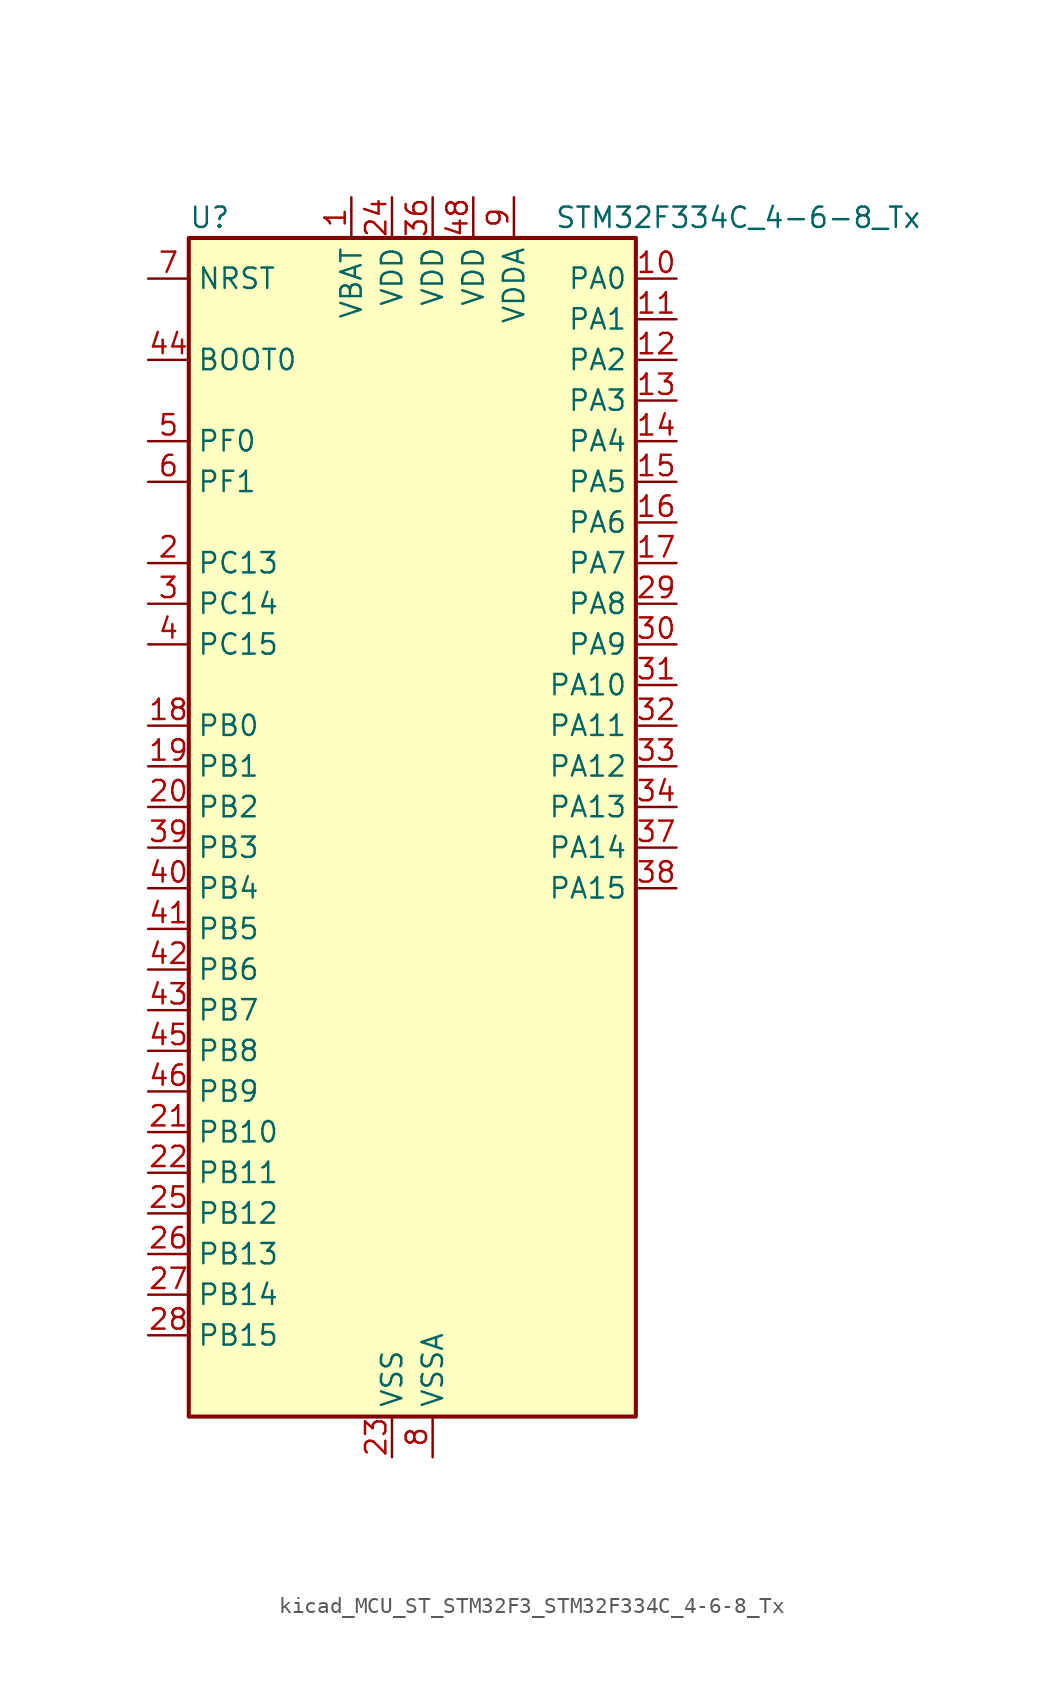
<source format=kicad_sym>
(kicad_symbol_lib
  (version 20220914)
  (generator kicad_symbol_editor)
  (symbol "kicad_MCU_ST_STM32F3_STM32F334C_4-6-8_Tx"
    (property "Reference" "U"
      (at -12.7 39.37 0)
      (effects (font (size 1.27 1.27)) (justify left)))
    (property "Value" "STM32F334C_4-6-8_Tx"
      (at 10.16 39.37 0)
      (effects (font (size 1.27 1.27)) (justify left)))
    (property "ki_locked" ""
      (at 0 0 0)
      (effects (font (size 1.27 1.27))))
    (symbol "kicad_MCU_ST_STM32F3_STM32F334C_4-6-8_Tx_0_1"
      (rectangle (start -12.7 -35.56) (end 15.24 38.1) (stroke (width 0.254) (type default)) (fill (type background))))
    (symbol "kicad_MCU_ST_STM32F3_STM32F334C_4-6-8_Tx_1_1"
      (pin power_in line (at -2.54 40.64 270) (length 2.54) (name "VBAT" (effects (font (size 1.27 1.27)))) (number "1" (effects (font (size 1.27 1.27)))))
      (pin bidirectional line (at 17.78 35.56 180) (length 2.54) (name "PA0" (effects (font (size 1.27 1.27)))) (number "10" (effects (font (size 1.27 1.27)))) (alternate "ADC1_IN1" bidirectional line) (alternate "RTC_TAMP2" bidirectional line) (alternate "SYS_WKUP1" bidirectional line) (alternate "TIM2_CH1" bidirectional line) (alternate "TIM2_ETR" bidirectional line) (alternate "TSC_G1_IO1" bidirectional line) (alternate "USART2_CTS" bidirectional line))
      (pin bidirectional line (at 17.78 33.02 180) (length 2.54) (name "PA1" (effects (font (size 1.27 1.27)))) (number "11" (effects (font (size 1.27 1.27)))) (alternate "ADC1_IN2" bidirectional line) (alternate "RTC_REFIN" bidirectional line) (alternate "TIM15_CH1N" bidirectional line) (alternate "TIM2_CH2" bidirectional line) (alternate "TSC_G1_IO2" bidirectional line) (alternate "USART2_DE" bidirectional line) (alternate "USART2_RTS" bidirectional line))
      (pin bidirectional line (at 17.78 30.48 180) (length 2.54) (name "PA2" (effects (font (size 1.27 1.27)))) (number "12" (effects (font (size 1.27 1.27)))) (alternate "ADC1_IN3" bidirectional line) (alternate "COMP2_INM" bidirectional line) (alternate "COMP2_OUT" bidirectional line) (alternate "TIM15_CH1" bidirectional line) (alternate "TIM2_CH3" bidirectional line) (alternate "TSC_G1_IO3" bidirectional line) (alternate "USART2_TX" bidirectional line))
      (pin bidirectional line (at 17.78 27.94 180) (length 2.54) (name "PA3" (effects (font (size 1.27 1.27)))) (number "13" (effects (font (size 1.27 1.27)))) (alternate "ADC1_IN4" bidirectional line) (alternate "TIM15_CH2" bidirectional line) (alternate "TIM2_CH4" bidirectional line) (alternate "TSC_G1_IO4" bidirectional line) (alternate "USART2_RX" bidirectional line))
      (pin bidirectional line (at 17.78 25.4 180) (length 2.54) (name "PA4" (effects (font (size 1.27 1.27)))) (number "14" (effects (font (size 1.27 1.27)))) (alternate "ADC2_IN1" bidirectional line) (alternate "COMP2_INM" bidirectional line) (alternate "COMP4_INM" bidirectional line) (alternate "COMP6_INM" bidirectional line) (alternate "DAC1_OUT1" bidirectional line) (alternate "SPI1_NSS" bidirectional line) (alternate "TIM3_CH2" bidirectional line) (alternate "TSC_G2_IO1" bidirectional line) (alternate "USART2_CK" bidirectional line))
      (pin bidirectional line (at 17.78 22.86 180) (length 2.54) (name "PA5" (effects (font (size 1.27 1.27)))) (number "15" (effects (font (size 1.27 1.27)))) (alternate "ADC2_IN2" bidirectional line) (alternate "DAC1_OUT2" bidirectional line) (alternate "OPAMP2_VINM" bidirectional line) (alternate "OPAMP2_VINM_SEC" bidirectional line) (alternate "SPI1_SCK" bidirectional line) (alternate "TIM2_CH1" bidirectional line) (alternate "TIM2_ETR" bidirectional line) (alternate "TSC_G2_IO2" bidirectional line))
      (pin bidirectional line (at 17.78 20.32 180) (length 2.54) (name "PA6" (effects (font (size 1.27 1.27)))) (number "16" (effects (font (size 1.27 1.27)))) (alternate "ADC2_IN3" bidirectional line) (alternate "DAC2_OUT1" bidirectional line) (alternate "OPAMP2_DIG" bidirectional line) (alternate "OPAMP2_VOUT" bidirectional line) (alternate "SPI1_MISO" bidirectional line) (alternate "TIM16_CH1" bidirectional line) (alternate "TIM1_BKIN" bidirectional line) (alternate "TIM3_CH1" bidirectional line) (alternate "TSC_G2_IO3" bidirectional line))
      (pin bidirectional line (at 17.78 17.78 180) (length 2.54) (name "PA7" (effects (font (size 1.27 1.27)))) (number "17" (effects (font (size 1.27 1.27)))) (alternate "ADC2_IN4" bidirectional line) (alternate "COMP2_INP" bidirectional line) (alternate "OPAMP2_VINP" bidirectional line) (alternate "OPAMP2_VINP_SEC" bidirectional line) (alternate "SPI1_MOSI" bidirectional line) (alternate "TIM17_CH1" bidirectional line) (alternate "TIM1_CH1N" bidirectional line) (alternate "TIM3_CH2" bidirectional line) (alternate "TSC_G2_IO4" bidirectional line))
      (pin bidirectional line (at -15.24 7.62 0) (length 2.54) (name "PB0" (effects (font (size 1.27 1.27)))) (number "18" (effects (font (size 1.27 1.27)))) (alternate "ADC1_IN11" bidirectional line) (alternate "COMP4_INP" bidirectional line) (alternate "OPAMP2_VINP" bidirectional line) (alternate "OPAMP2_VINP_SEC" bidirectional line) (alternate "TIM1_CH2N" bidirectional line) (alternate "TIM3_CH3" bidirectional line) (alternate "TSC_G3_IO2" bidirectional line))
      (pin bidirectional line (at -15.24 5.08 0) (length 2.54) (name "PB1" (effects (font (size 1.27 1.27)))) (number "19" (effects (font (size 1.27 1.27)))) (alternate "ADC1_IN12" bidirectional line) (alternate "COMP4_OUT" bidirectional line) (alternate "HRTIM1_SCOUT" bidirectional line) (alternate "TIM1_CH3N" bidirectional line) (alternate "TIM3_CH4" bidirectional line) (alternate "TSC_G3_IO3" bidirectional line))
      (pin bidirectional line (at -15.24 17.78 0) (length 2.54) (name "PC13" (effects (font (size 1.27 1.27)))) (number "2" (effects (font (size 1.27 1.27)))) (alternate "RTC_OUT_ALARM" bidirectional line) (alternate "RTC_OUT_CALIB" bidirectional line) (alternate "RTC_TAMP1" bidirectional line) (alternate "RTC_TS" bidirectional line) (alternate "SYS_WKUP2" bidirectional line) (alternate "TIM1_CH1N" bidirectional line))
      (pin bidirectional line (at -15.24 2.54 0) (length 2.54) (name "PB2" (effects (font (size 1.27 1.27)))) (number "20" (effects (font (size 1.27 1.27)))) (alternate "ADC2_IN12" bidirectional line) (alternate "COMP4_INM" bidirectional line) (alternate "HRTIM1_SCIN" bidirectional line) (alternate "TSC_G3_IO4" bidirectional line))
      (pin bidirectional line (at -15.24 -17.78 0) (length 2.54) (name "PB10" (effects (font (size 1.27 1.27)))) (number "21" (effects (font (size 1.27 1.27)))) (alternate "HRTIM1_FLT3" bidirectional line) (alternate "TIM2_CH3" bidirectional line) (alternate "TSC_SYNC" bidirectional line) (alternate "USART3_TX" bidirectional line))
      (pin bidirectional line (at -15.24 -20.32 0) (length 2.54) (name "PB11" (effects (font (size 1.27 1.27)))) (number "22" (effects (font (size 1.27 1.27)))) (alternate "ADC1_EXTI11" bidirectional line) (alternate "ADC2_EXTI11" bidirectional line) (alternate "COMP6_INP" bidirectional line) (alternate "HRTIM1_FLT4" bidirectional line) (alternate "TIM2_CH4" bidirectional line) (alternate "TSC_G6_IO1" bidirectional line) (alternate "USART3_RX" bidirectional line))
      (pin power_in line (at 0 -38.1 90) (length 2.54) (name "VSS" (effects (font (size 1.27 1.27)))) (number "23" (effects (font (size 1.27 1.27)))))
      (pin power_in line (at 0 40.64 270) (length 2.54) (name "VDD" (effects (font (size 1.27 1.27)))) (number "24" (effects (font (size 1.27 1.27)))))
      (pin bidirectional line (at -15.24 -22.86 0) (length 2.54) (name "PB12" (effects (font (size 1.27 1.27)))) (number "25" (effects (font (size 1.27 1.27)))) (alternate "ADC2_IN13" bidirectional line) (alternate "HRTIM1_CHC1" bidirectional line) (alternate "TIM1_BKIN" bidirectional line) (alternate "TSC_G6_IO2" bidirectional line) (alternate "USART3_CK" bidirectional line))
      (pin bidirectional line (at -15.24 -25.4 0) (length 2.54) (name "PB13" (effects (font (size 1.27 1.27)))) (number "26" (effects (font (size 1.27 1.27)))) (alternate "ADC1_IN13" bidirectional line) (alternate "HRTIM1_CHC2" bidirectional line) (alternate "TIM1_CH1N" bidirectional line) (alternate "TSC_G6_IO3" bidirectional line) (alternate "USART3_CTS" bidirectional line))
      (pin bidirectional line (at -15.24 -27.94 0) (length 2.54) (name "PB14" (effects (font (size 1.27 1.27)))) (number "27" (effects (font (size 1.27 1.27)))) (alternate "ADC2_IN14" bidirectional line) (alternate "HRTIM1_CHD1" bidirectional line) (alternate "OPAMP2_VINP" bidirectional line) (alternate "OPAMP2_VINP_SEC" bidirectional line) (alternate "TIM15_CH1" bidirectional line) (alternate "TIM1_CH2N" bidirectional line) (alternate "TSC_G6_IO4" bidirectional line) (alternate "USART3_DE" bidirectional line) (alternate "USART3_RTS" bidirectional line))
      (pin bidirectional line (at -15.24 -30.48 0) (length 2.54) (name "PB15" (effects (font (size 1.27 1.27)))) (number "28" (effects (font (size 1.27 1.27)))) (alternate "ADC1_EXTI15" bidirectional line) (alternate "ADC2_EXTI15" bidirectional line) (alternate "ADC2_IN15" bidirectional line) (alternate "COMP6_INM" bidirectional line) (alternate "HRTIM1_CHD2" bidirectional line) (alternate "RTC_REFIN" bidirectional line) (alternate "TIM15_CH1N" bidirectional line) (alternate "TIM15_CH2" bidirectional line) (alternate "TIM1_CH3N" bidirectional line))
      (pin bidirectional line (at 17.78 15.24 180) (length 2.54) (name "PA8" (effects (font (size 1.27 1.27)))) (number "29" (effects (font (size 1.27 1.27)))) (alternate "HRTIM1_CHA1" bidirectional line) (alternate "RCC_MCO" bidirectional line) (alternate "TIM1_CH1" bidirectional line) (alternate "USART1_CK" bidirectional line))
      (pin bidirectional line (at -15.24 15.24 0) (length 2.54) (name "PC14" (effects (font (size 1.27 1.27)))) (number "3" (effects (font (size 1.27 1.27)))) (alternate "RCC_OSC32_IN" bidirectional line))
      (pin bidirectional line (at 17.78 12.7 180) (length 2.54) (name "PA9" (effects (font (size 1.27 1.27)))) (number "30" (effects (font (size 1.27 1.27)))) (alternate "DAC1_EXTI9" bidirectional line) (alternate "DAC2_EXTI9" bidirectional line) (alternate "HRTIM1_CHA2" bidirectional line) (alternate "TIM15_BKIN" bidirectional line) (alternate "TIM1_CH2" bidirectional line) (alternate "TIM2_CH3" bidirectional line) (alternate "TSC_G4_IO1" bidirectional line) (alternate "USART1_TX" bidirectional line))
      (pin bidirectional line (at 17.78 10.16 180) (length 2.54) (name "PA10" (effects (font (size 1.27 1.27)))) (number "31" (effects (font (size 1.27 1.27)))) (alternate "COMP6_OUT" bidirectional line) (alternate "HRTIM1_CHB1" bidirectional line) (alternate "TIM17_BKIN" bidirectional line) (alternate "TIM1_CH3" bidirectional line) (alternate "TIM2_CH4" bidirectional line) (alternate "TSC_G4_IO2" bidirectional line) (alternate "USART1_RX" bidirectional line))
      (pin bidirectional line (at 17.78 7.62 180) (length 2.54) (name "PA11" (effects (font (size 1.27 1.27)))) (number "32" (effects (font (size 1.27 1.27)))) (alternate "ADC1_EXTI11" bidirectional line) (alternate "ADC2_EXTI11" bidirectional line) (alternate "CAN_RX" bidirectional line) (alternate "HRTIM1_CHB2" bidirectional line) (alternate "TIM1_BKIN2" bidirectional line) (alternate "TIM1_CH1N" bidirectional line) (alternate "TIM1_CH4" bidirectional line) (alternate "USART1_CTS" bidirectional line))
      (pin bidirectional line (at 17.78 5.08 180) (length 2.54) (name "PA12" (effects (font (size 1.27 1.27)))) (number "33" (effects (font (size 1.27 1.27)))) (alternate "CAN_TX" bidirectional line) (alternate "COMP2_OUT" bidirectional line) (alternate "HRTIM1_FLT1" bidirectional line) (alternate "TIM16_CH1" bidirectional line) (alternate "TIM1_CH2N" bidirectional line) (alternate "TIM1_ETR" bidirectional line) (alternate "USART1_DE" bidirectional line) (alternate "USART1_RTS" bidirectional line))
      (pin bidirectional line (at 17.78 2.54 180) (length 2.54) (name "PA13" (effects (font (size 1.27 1.27)))) (number "34" (effects (font (size 1.27 1.27)))) (alternate "IR_OUT" bidirectional line) (alternate "SYS_JTMS-SWDIO" bidirectional line) (alternate "TIM16_CH1N" bidirectional line) (alternate "TSC_G4_IO3" bidirectional line) (alternate "USART3_CTS" bidirectional line))
      (pin passive line (at 0 -38.1 90) (length 2.54) hide (name "VSS" (effects (font (size 1.27 1.27)))) (number "35" (effects (font (size 1.27 1.27)))))
      (pin power_in line (at 2.54 40.64 270) (length 2.54) (name "VDD" (effects (font (size 1.27 1.27)))) (number "36" (effects (font (size 1.27 1.27)))))
      (pin bidirectional line (at 17.78 0 180) (length 2.54) (name "PA14" (effects (font (size 1.27 1.27)))) (number "37" (effects (font (size 1.27 1.27)))) (alternate "I2C1_SDA" bidirectional line) (alternate "SYS_JTCK-SWCLK" bidirectional line) (alternate "TIM1_BKIN" bidirectional line) (alternate "TSC_G4_IO4" bidirectional line) (alternate "USART2_TX" bidirectional line))
      (pin bidirectional line (at 17.78 -2.54 180) (length 2.54) (name "PA15" (effects (font (size 1.27 1.27)))) (number "38" (effects (font (size 1.27 1.27)))) (alternate "ADC1_EXTI15" bidirectional line) (alternate "ADC2_EXTI15" bidirectional line) (alternate "HRTIM1_FLT2" bidirectional line) (alternate "I2C1_SCL" bidirectional line) (alternate "SPI1_NSS" bidirectional line) (alternate "SYS_JTDI" bidirectional line) (alternate "TIM1_BKIN" bidirectional line) (alternate "TIM2_CH1" bidirectional line) (alternate "TIM2_ETR" bidirectional line) (alternate "TSC_SYNC" bidirectional line) (alternate "USART2_RX" bidirectional line))
      (pin bidirectional line (at -15.24 0 0) (length 2.54) (name "PB3" (effects (font (size 1.27 1.27)))) (number "39" (effects (font (size 1.27 1.27)))) (alternate "HRTIM1_EEV9" bidirectional line) (alternate "HRTIM1_SCOUT" bidirectional line) (alternate "SPI1_SCK" bidirectional line) (alternate "SYS_JTDO-TRACESWO" bidirectional line) (alternate "TIM2_CH2" bidirectional line) (alternate "TIM3_ETR" bidirectional line) (alternate "TSC_G5_IO1" bidirectional line) (alternate "USART2_TX" bidirectional line))
      (pin bidirectional line (at -15.24 12.7 0) (length 2.54) (name "PC15" (effects (font (size 1.27 1.27)))) (number "4" (effects (font (size 1.27 1.27)))) (alternate "ADC1_EXTI15" bidirectional line) (alternate "ADC2_EXTI15" bidirectional line) (alternate "RCC_OSC32_OUT" bidirectional line))
      (pin bidirectional line (at -15.24 -2.54 0) (length 2.54) (name "PB4" (effects (font (size 1.27 1.27)))) (number "40" (effects (font (size 1.27 1.27)))) (alternate "HRTIM1_EEV7" bidirectional line) (alternate "SPI1_MISO" bidirectional line) (alternate "SYS_NJTRST" bidirectional line) (alternate "TIM16_CH1" bidirectional line) (alternate "TIM17_BKIN" bidirectional line) (alternate "TIM3_CH1" bidirectional line) (alternate "TSC_G5_IO2" bidirectional line) (alternate "USART2_RX" bidirectional line))
      (pin bidirectional line (at -15.24 -5.08 0) (length 2.54) (name "PB5" (effects (font (size 1.27 1.27)))) (number "41" (effects (font (size 1.27 1.27)))) (alternate "HRTIM1_EEV6" bidirectional line) (alternate "I2C1_SMBA" bidirectional line) (alternate "SPI1_MOSI" bidirectional line) (alternate "TIM16_BKIN" bidirectional line) (alternate "TIM17_CH1" bidirectional line) (alternate "TIM3_CH2" bidirectional line) (alternate "USART2_CK" bidirectional line))
      (pin bidirectional line (at -15.24 -7.62 0) (length 2.54) (name "PB6" (effects (font (size 1.27 1.27)))) (number "42" (effects (font (size 1.27 1.27)))) (alternate "HRTIM1_EEV4" bidirectional line) (alternate "HRTIM1_SCIN" bidirectional line) (alternate "I2C1_SCL" bidirectional line) (alternate "TIM16_CH1N" bidirectional line) (alternate "TSC_G5_IO3" bidirectional line) (alternate "USART1_TX" bidirectional line))
      (pin bidirectional line (at -15.24 -10.16 0) (length 2.54) (name "PB7" (effects (font (size 1.27 1.27)))) (number "43" (effects (font (size 1.27 1.27)))) (alternate "HRTIM1_EEV3" bidirectional line) (alternate "I2C1_SDA" bidirectional line) (alternate "TIM17_CH1N" bidirectional line) (alternate "TIM3_CH4" bidirectional line) (alternate "TSC_G5_IO4" bidirectional line) (alternate "USART1_RX" bidirectional line))
      (pin input line (at -15.24 30.48 0) (length 2.54) (name "BOOT0" (effects (font (size 1.27 1.27)))) (number "44" (effects (font (size 1.27 1.27)))))
      (pin bidirectional line (at -15.24 -12.7 0) (length 2.54) (name "PB8" (effects (font (size 1.27 1.27)))) (number "45" (effects (font (size 1.27 1.27)))) (alternate "CAN_RX" bidirectional line) (alternate "HRTIM1_EEV8" bidirectional line) (alternate "I2C1_SCL" bidirectional line) (alternate "TIM16_CH1" bidirectional line) (alternate "TIM1_BKIN" bidirectional line) (alternate "TSC_SYNC" bidirectional line) (alternate "USART3_RX" bidirectional line))
      (pin bidirectional line (at -15.24 -15.24 0) (length 2.54) (name "PB9" (effects (font (size 1.27 1.27)))) (number "46" (effects (font (size 1.27 1.27)))) (alternate "CAN_TX" bidirectional line) (alternate "COMP2_OUT" bidirectional line) (alternate "DAC1_EXTI9" bidirectional line) (alternate "DAC2_EXTI9" bidirectional line) (alternate "HRTIM1_EEV5" bidirectional line) (alternate "I2C1_SDA" bidirectional line) (alternate "IR_OUT" bidirectional line) (alternate "TIM17_CH1" bidirectional line) (alternate "USART3_TX" bidirectional line))
      (pin passive line (at 0 -38.1 90) (length 2.54) hide (name "VSS" (effects (font (size 1.27 1.27)))) (number "47" (effects (font (size 1.27 1.27)))))
      (pin power_in line (at 5.08 40.64 270) (length 2.54) (name "VDD" (effects (font (size 1.27 1.27)))) (number "48" (effects (font (size 1.27 1.27)))))
      (pin bidirectional line (at -15.24 25.4 0) (length 2.54) (name "PF0" (effects (font (size 1.27 1.27)))) (number "5" (effects (font (size 1.27 1.27)))) (alternate "RCC_OSC_IN" bidirectional line) (alternate "TIM1_CH3N" bidirectional line))
      (pin bidirectional line (at -15.24 22.86 0) (length 2.54) (name "PF1" (effects (font (size 1.27 1.27)))) (number "6" (effects (font (size 1.27 1.27)))) (alternate "RCC_OSC_OUT" bidirectional line))
      (pin input line (at -15.24 35.56 0) (length 2.54) (name "NRST" (effects (font (size 1.27 1.27)))) (number "7" (effects (font (size 1.27 1.27)))))
      (pin power_in line (at 2.54 -38.1 90) (length 2.54) (name "VSSA" (effects (font (size 1.27 1.27)))) (number "8" (effects (font (size 1.27 1.27)))))
      (pin power_in line (at 7.62 40.64 270) (length 2.54) (name "VDDA" (effects (font (size 1.27 1.27)))) (number "9" (effects (font (size 1.27 1.27))))))))
</source>
